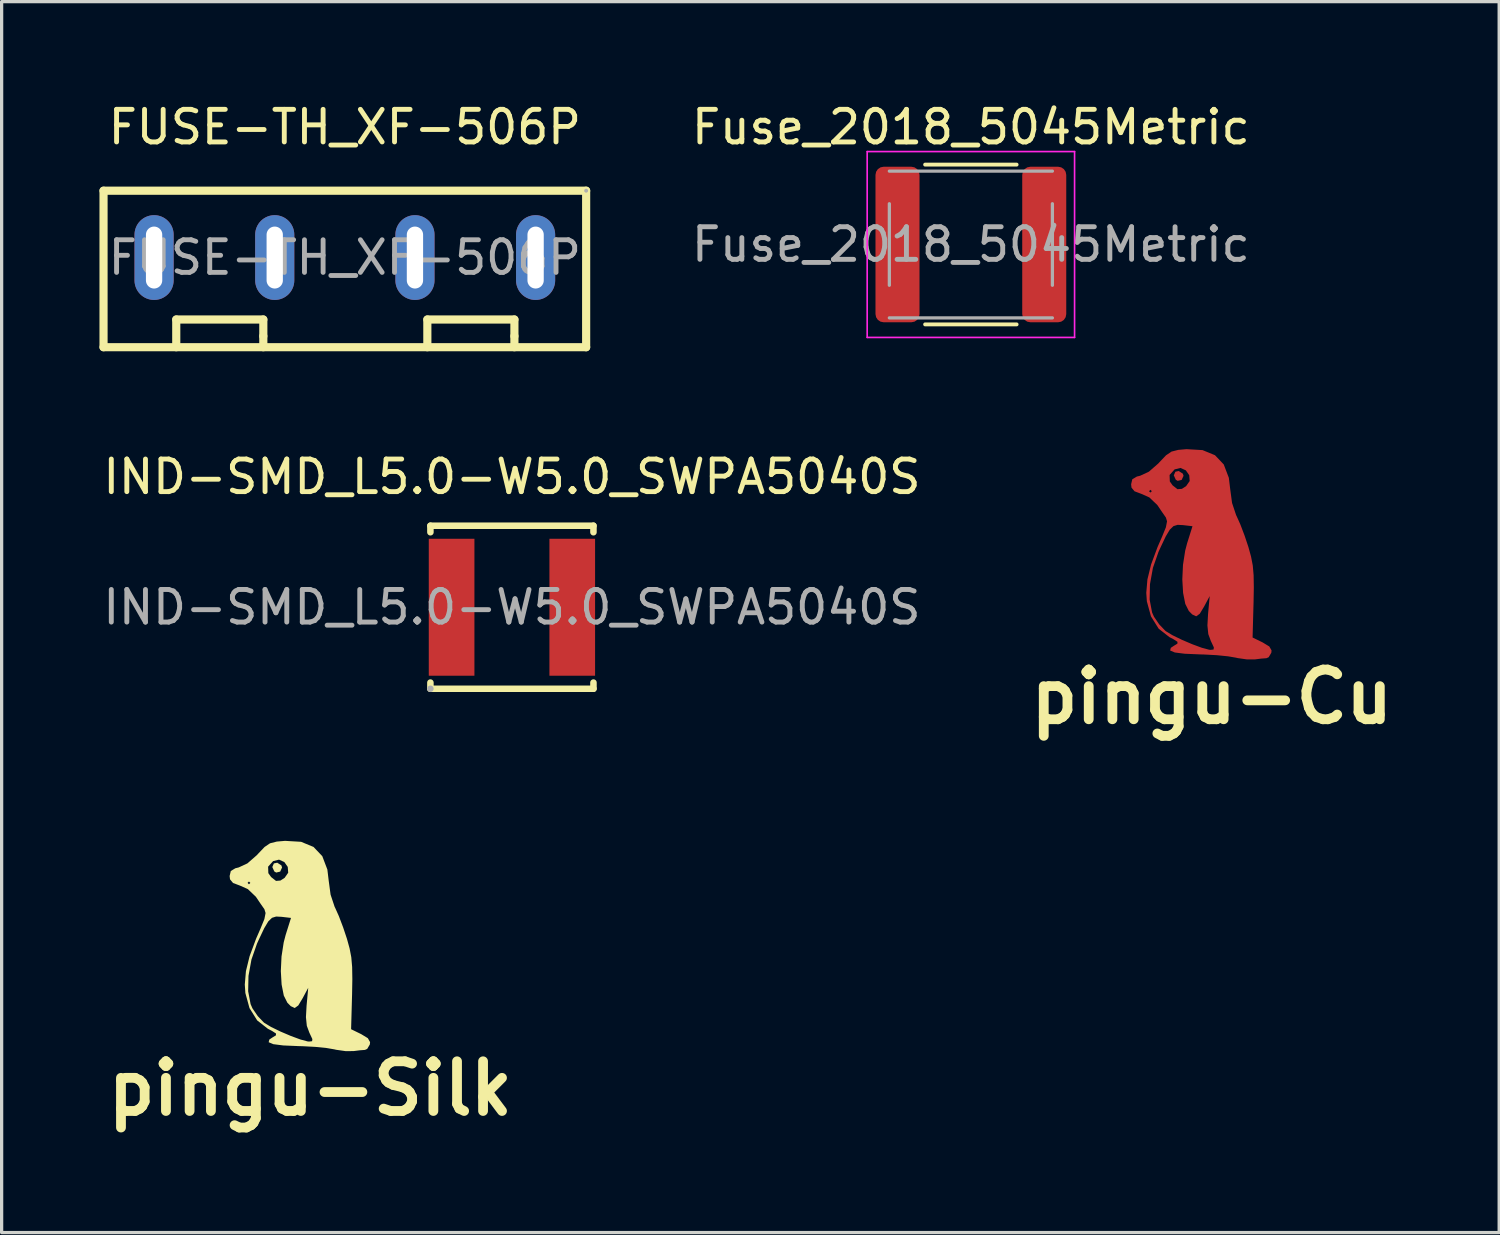
<source format=kicad_pcb>
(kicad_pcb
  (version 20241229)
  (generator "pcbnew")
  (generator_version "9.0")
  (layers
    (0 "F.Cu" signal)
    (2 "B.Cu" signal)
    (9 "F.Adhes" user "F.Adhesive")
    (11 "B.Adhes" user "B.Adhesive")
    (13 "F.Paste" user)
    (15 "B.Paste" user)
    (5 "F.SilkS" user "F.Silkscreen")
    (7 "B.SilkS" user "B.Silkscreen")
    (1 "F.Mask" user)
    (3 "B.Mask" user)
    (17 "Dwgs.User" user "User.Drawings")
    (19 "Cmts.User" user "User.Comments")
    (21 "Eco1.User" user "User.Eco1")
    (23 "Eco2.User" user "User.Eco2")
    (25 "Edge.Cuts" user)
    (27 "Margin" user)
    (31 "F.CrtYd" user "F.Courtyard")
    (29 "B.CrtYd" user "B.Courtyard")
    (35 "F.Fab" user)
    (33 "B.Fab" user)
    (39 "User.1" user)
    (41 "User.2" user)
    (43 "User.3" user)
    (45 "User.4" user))
  (footprint "pingu-Cu"
    (layer "F.Cu")
    (at 33.711 13.918)
    (property "Reference" "pingu-Cu" (at 0.4 4.4 0) (layer "F.SilkS") (effects (font (size 1.524 1.524) (thickness 0.3))))
    (attr through_hole)
    (fp_poly (pts (xy -0.488 -2.443) (xy -0.466 -2.377) (xy -0.524 -2.251) (xy -0.646 -2.222) (xy -0.704 -2.256) (xy -0.765 -2.391) (xy -0.717 -2.502) (xy -0.614 -2.524)) (stroke (width 0) (type solid)) (fill yes) (layer "F.Cu"))
    (fp_poly (pts (xy 0.117 -3.165) (xy 0.498 -3.008) (xy 0.767 -2.725) (xy 0.923 -2.315) (xy 0.964 -1.974) (xy 1.022 -1.543) (xy 1.146 -1.171) (xy 1.161 -1.142) (xy 1.276 -0.885) (xy 1.407 -0.54) (xy 1.524 -0.189) (xy 1.605 0.105) (xy 1.657 0.376) (xy 1.683 0.674) (xy 1.689 1.048) (xy 1.681 1.504) (xy 1.651 2.582) (xy 1.96 2.733) (xy 2.164 2.857) (xy 2.233 2.978) (xy 2.225 3.051) (xy 2.144 3.187) (xy 2.075 3.217) (xy 1.916 3.229) (xy 1.725 3.253) (xy 1.481 3.254) (xy 1.193 3.213) (xy 1.143 3.201) (xy 0.9 3.159) (xy 0.552 3.124) (xy 0.161 3.103) (xy 0.042 3.1) (xy -0.429 3.08) (xy -0.735 3.041) (xy -0.877 2.981) (xy -0.857 2.899) (xy -0.764 2.837) (xy -0.654 2.77) (xy -0.652 2.714) (xy -0.774 2.635) (xy -0.901 2.569) (xy -1.229 2.312) (xy -1.465 1.935) (xy -1.592 1.471) (xy -1.595 1.419) (xy -1.506 1.419) (xy -1.431 1.813) (xy -1.373 1.945) (xy -1.211 2.181) (xy -1.028 2.373) (xy -1.007 2.39) (xy -0.805 2.512) (xy -0.518 2.652) (xy -0.199 2.788) (xy 0.096 2.897) (xy 0.315 2.956) (xy 0.362 2.961) (xy 0.455 2.95) (xy 0.463 2.885) (xy 0.386 2.72) (xy 0.373 2.694) (xy 0.293 2.478) (xy 0.266 2.213) (xy 0.285 1.868) (xy 0.336 1.312) (xy 0.166 1.63) (xy 0.031 1.854) (xy -0.078 1.932) (xy -0.199 1.875) (xy -0.304 1.769) (xy -0.413 1.551) (xy -0.48 1.213) (xy -0.504 0.799) (xy -0.483 0.353) (xy -0.416 -0.08) (xy -0.356 -0.31) (xy -0.192 -0.831) (xy -0.486 -0.865) (xy -0.648 -0.873) (xy -0.775 -0.834) (xy -0.888 -0.725) (xy -1.012 -0.518) (xy -1.168 -0.189) (xy -1.235 -0.042) (xy -1.405 0.446) (xy -1.496 0.948) (xy -1.506 1.419) (xy -1.595 1.419) (xy -1.609 1.213) (xy -1.574 0.8) (xy -1.462 0.344) (xy -1.263 -0.193) (xy -1.126 -0.507) (xy -1.008 -0.796) (xy -0.972 -0.981) (xy -1.008 -1.099) (xy -1.009 -1.1) (xy -1.12 -1.258) (xy -1.261 -1.467) (xy -1.269 -1.479) (xy -1.515 -1.714) (xy -1.755 -1.821) (xy -1.971 -1.903) (xy -1.972 -1.905) (xy -1.524 -1.905) (xy -1.482 -1.863) (xy -1.439 -1.905) (xy -1.482 -1.947) (xy -1.524 -1.905) (xy -1.972 -1.905) (xy -2.062 -2.014) (xy -2.074 -2.116) (xy -2.038 -2.27) (xy -1.898 -2.354) (xy -1.799 -2.378) (xy -1.746 -2.402) (xy -0.894 -2.402) (xy -0.887 -2.204) (xy -0.803 -2.085) (xy -0.652 -1.966) (xy -0.516 -1.977) (xy -0.388 -2.059) (xy -0.278 -2.217) (xy -0.292 -2.395) (xy -0.396 -2.544) (xy -0.559 -2.618) (xy -0.741 -2.573) (xy -0.894 -2.402) (xy -1.746 -2.402) (xy -1.529 -2.503) (xy -1.237 -2.758) (xy -1.201 -2.798) (xy -1.003 -3.006) (xy -0.836 -3.119) (xy -0.628 -3.172) (xy -0.375 -3.194)) (stroke (width 0) (type solid)) (fill yes) (layer "F.Cu")))
  (footprint "IND-SMD_L5.0-W5.0_SWPA5040S"
    (layer "F.Cu")
    (at 12.649 15.572)
    (property "Reference" "IND-SMD_L5.0-W5.0_SWPA5040S" (at 0 -4 0) (layer "F.SilkS") (effects (font (size 1 1) (thickness 0.15))))
    (attr smd)
    (fp_line (start -2.5 -2.5) (end -2.5 -2.3) (stroke (width 0.2) (type solid)) (layer "F.SilkS"))
    (fp_line (start -2.5 -2.5) (end 2.5 -2.5) (stroke (width 0.2) (type solid)) (layer "F.SilkS"))
    (fp_line (start -2.5 2.31) (end -2.5 2.5) (stroke (width 0.2) (type solid)) (layer "F.SilkS"))
    (fp_line (start -2.5 2.5) (end 2.5 2.5) (stroke (width 0.2) (type solid)) (layer "F.SilkS"))
    (fp_line (start 2.5 -2.3) (end 2.5 -2.5) (stroke (width 0.2) (type solid)) (layer "F.SilkS"))
    (fp_line (start 2.5 2.5) (end 2.5 2.31) (stroke (width 0.2) (type solid)) (layer "F.SilkS"))
    (fp_circle (center -2.5 2.5) (end -2.45 2.5) (stroke (width 0.1) (type solid)) (fill no) (layer "F.Fab"))
    (fp_text user "${REFERENCE}" (at 0 0 0) (layer "F.Fab") (effects (font (size 1 1) (thickness 0.15))))
    (pad "1" smd rect (at -1.85 0) (size 1.4 4.2) (layers "F.Cu" "F.Mask" "F.Paste"))
    (pad "2" smd rect (at 1.85 0) (size 1.4 4.2) (layers "F.Cu" "F.Mask" "F.Paste")))
  (footprint "Fuse_2018_5045Metric"
    (layer "F.Cu")
    (at 26.723 4.448)
    (property "Reference" "Fuse_2018_5045Metric" (at 0 -3.6 0) (layer "F.SilkS") (effects (font (size 1 1) (thickness 0.15))))
    (attr smd)
    (fp_line (start -1.402 -2.45) (end 1.402 -2.45) (stroke (width 0.12) (type solid)) (layer "F.SilkS"))
    (fp_line (start -1.402 2.45) (end 1.402 2.45) (stroke (width 0.12) (type solid)) (layer "F.SilkS"))
    (fp_line (start -3.18 -2.85) (end 3.18 -2.85) (stroke (width 0.05) (type solid)) (layer "F.CrtYd"))
    (fp_line (start -3.18 2.85) (end -3.18 -2.85) (stroke (width 0.05) (type solid)) (layer "F.CrtYd"))
    (fp_line (start 3.18 -2.85) (end 3.18 2.85) (stroke (width 0.05) (type solid)) (layer "F.CrtYd"))
    (fp_line (start 3.18 2.85) (end -3.18 2.85) (stroke (width 0.05) (type solid)) (layer "F.CrtYd"))
    (fp_line (start -2.5 -2.25) (end 2.5 -2.25) (stroke (width 0.1) (type solid)) (layer "F.Fab"))
    (fp_line (start -2.5 1.25) (end -2.5 -1.25) (stroke (width 0.1) (type solid)) (layer "F.Fab"))
    (fp_line (start 2.5 -1.25) (end 2.5 1.25) (stroke (width 0.1) (type solid)) (layer "F.Fab"))
    (fp_line (start 2.5 2.25) (end -2.5 2.25) (stroke (width 0.1) (type solid)) (layer "F.Fab"))
    (fp_text user "${REFERENCE}" (at 0 0 0) (layer "F.Fab") (effects (font (size 1 1) (thickness 0.15))))
    (pad "1" smd roundrect (at -2.25 0) (size 1.35 4.77) (layers "F.Cu" "F.Mask" "F.Paste") (roundrect_rratio 0.185))
    (pad "2" smd roundrect (at 2.25 0) (size 1.35 4.77) (layers "F.Cu" "F.Mask" "F.Paste") (roundrect_rratio 0.185)))
  (footprint "pingu-Silk"
    (layer "F.Cu")
    (at 6.066 25.93)
    (property "Reference" "pingu-Silk" (at 0.4 4.4 0) (layer "F.SilkS") (effects (font (size 1.524 1.524) (thickness 0.3))))
    (attr through_hole)
    (fp_poly (pts (xy -0.488 -2.443) (xy -0.466 -2.377) (xy -0.524 -2.251) (xy -0.646 -2.222) (xy -0.704 -2.256) (xy -0.765 -2.391) (xy -0.717 -2.502) (xy -0.614 -2.524)) (stroke (width 0) (type solid)) (fill yes) (layer "F.SilkS"))
    (fp_poly (pts (xy 0.117 -3.165) (xy 0.498 -3.008) (xy 0.767 -2.725) (xy 0.923 -2.315) (xy 0.964 -1.974) (xy 1.022 -1.543) (xy 1.146 -1.171) (xy 1.161 -1.142) (xy 1.276 -0.885) (xy 1.407 -0.54) (xy 1.524 -0.189) (xy 1.605 0.105) (xy 1.657 0.376) (xy 1.683 0.674) (xy 1.689 1.048) (xy 1.681 1.504) (xy 1.651 2.582) (xy 1.96 2.733) (xy 2.164 2.857) (xy 2.233 2.978) (xy 2.225 3.051) (xy 2.144 3.187) (xy 2.075 3.217) (xy 1.916 3.229) (xy 1.725 3.253) (xy 1.481 3.254) (xy 1.193 3.213) (xy 1.143 3.201) (xy 0.9 3.159) (xy 0.552 3.124) (xy 0.161 3.103) (xy 0.042 3.1) (xy -0.429 3.08) (xy -0.735 3.041) (xy -0.877 2.981) (xy -0.857 2.899) (xy -0.764 2.837) (xy -0.654 2.77) (xy -0.652 2.714) (xy -0.774 2.635) (xy -0.901 2.569) (xy -1.229 2.312) (xy -1.465 1.935) (xy -1.592 1.471) (xy -1.595 1.419) (xy -1.506 1.419) (xy -1.431 1.813) (xy -1.373 1.945) (xy -1.211 2.181) (xy -1.028 2.373) (xy -1.007 2.39) (xy -0.805 2.512) (xy -0.518 2.652) (xy -0.199 2.788) (xy 0.096 2.897) (xy 0.315 2.956) (xy 0.362 2.961) (xy 0.455 2.95) (xy 0.463 2.885) (xy 0.386 2.72) (xy 0.373 2.694) (xy 0.293 2.478) (xy 0.266 2.213) (xy 0.285 1.868) (xy 0.336 1.312) (xy 0.166 1.63) (xy 0.031 1.854) (xy -0.078 1.932) (xy -0.199 1.875) (xy -0.304 1.769) (xy -0.413 1.551) (xy -0.48 1.213) (xy -0.504 0.799) (xy -0.483 0.353) (xy -0.416 -0.08) (xy -0.356 -0.31) (xy -0.192 -0.831) (xy -0.486 -0.865) (xy -0.648 -0.873) (xy -0.775 -0.834) (xy -0.888 -0.725) (xy -1.012 -0.518) (xy -1.168 -0.189) (xy -1.235 -0.042) (xy -1.405 0.446) (xy -1.496 0.948) (xy -1.506 1.419) (xy -1.595 1.419) (xy -1.609 1.213) (xy -1.574 0.8) (xy -1.462 0.344) (xy -1.263 -0.193) (xy -1.126 -0.507) (xy -1.008 -0.796) (xy -0.972 -0.981) (xy -1.008 -1.099) (xy -1.009 -1.1) (xy -1.12 -1.258) (xy -1.261 -1.467) (xy -1.269 -1.479) (xy -1.515 -1.714) (xy -1.755 -1.821) (xy -1.971 -1.903) (xy -1.972 -1.905) (xy -1.524 -1.905) (xy -1.482 -1.863) (xy -1.439 -1.905) (xy -1.482 -1.947) (xy -1.524 -1.905) (xy -1.972 -1.905) (xy -2.062 -2.014) (xy -2.074 -2.116) (xy -2.038 -2.27) (xy -1.898 -2.354) (xy -1.799 -2.378) (xy -1.746 -2.402) (xy -0.894 -2.402) (xy -0.887 -2.204) (xy -0.803 -2.085) (xy -0.652 -1.966) (xy -0.516 -1.977) (xy -0.388 -2.059) (xy -0.278 -2.217) (xy -0.292 -2.395) (xy -0.396 -2.544) (xy -0.559 -2.618) (xy -0.741 -2.573) (xy -0.894 -2.402) (xy -1.746 -2.402) (xy -1.529 -2.503) (xy -1.237 -2.758) (xy -1.201 -2.798) (xy -1.003 -3.006) (xy -0.836 -3.119) (xy -0.628 -3.172) (xy -0.375 -3.194)) (stroke (width 0) (type solid)) (fill yes) (layer "F.SilkS")))
  (footprint "FUSE-TH_XF-506P"
    (layer "F.Cu")
    (at 7.525 4.848)
    (property "Reference" "FUSE-TH_XF-506P" (at 0 -4 0) (layer "F.SilkS") (effects (font (size 1 1) (thickness 0.15))))
    (attr through_hole)
    (fp_line (start -7.4 2.75) (end -7.4 -2.05) (stroke (width 0.25) (type solid)) (layer "F.SilkS"))
    (fp_line (start -5.17 1.9) (end -5.17 2.75) (stroke (width 0.25) (type solid)) (layer "F.SilkS"))
    (fp_line (start -2.5 1.9) (end -5.17 1.9) (stroke (width 0.25) (type solid)) (layer "F.SilkS"))
    (fp_line (start -2.5 2.41) (end -2.5 1.9) (stroke (width 0.25) (type solid)) (layer "F.SilkS"))
    (fp_line (start -2.5 2.41) (end -2.5 2.75) (stroke (width 0.25) (type solid)) (layer "F.SilkS"))
    (fp_line (start 2.53 1.9) (end 2.53 2.75) (stroke (width 0.25) (type solid)) (layer "F.SilkS"))
    (fp_line (start 5.2 1.9) (end 2.53 1.9) (stroke (width 0.25) (type solid)) (layer "F.SilkS"))
    (fp_line (start 5.2 2.41) (end 5.2 1.9) (stroke (width 0.25) (type solid)) (layer "F.SilkS"))
    (fp_line (start 5.2 2.41) (end 5.2 2.75) (stroke (width 0.25) (type solid)) (layer "F.SilkS"))
    (fp_line (start 7.4 -2.05) (end -7.4 -2.05) (stroke (width 0.25) (type solid)) (layer "F.SilkS"))
    (fp_line (start 7.4 2.75) (end -7.4 2.75) (stroke (width 0.25) (type solid)) (layer "F.SilkS"))
    (fp_line (start 7.4 2.75) (end 7.4 -2.05) (stroke (width 0.25) (type solid)) (layer "F.SilkS"))
    (fp_circle (center 7.4 -2.05) (end 7.43 -2.05) (stroke (width 0.06) (type solid)) (fill no) (layer "F.Fab"))
    (fp_text user "${REFERENCE}" (at 0 0 0) (layer "F.Fab") (effects (font (size 1 1) (thickness 0.15))))
    (pad "1" thru_hole oval (at -5.85 0) (size 1.2 2.6) (drill oval 0.5 1.9) (layers "*.Cu" "*.Mask"))
    (pad "1" thru_hole oval (at -2.15 0 180) (size 1.2 2.6) (drill oval 0.5 1.9) (layers "*.Cu" "*.Mask"))
    (pad "2" thru_hole oval (at 2.15 0 180) (size 1.2 2.6) (drill oval 0.5 1.9) (layers "*.Cu" "*.Mask"))
    (pad "2" thru_hole oval (at 5.85 0 180) (size 1.2 2.6) (drill oval 0.5 1.9) (layers "*.Cu" "*.Mask")))
  (gr_rect
    (start -3 -3)
    (end 42.924 34.748)
    (stroke (width 0.1) (type default))
    (fill no)
    (layer "Edge.Cuts")))
</source>
